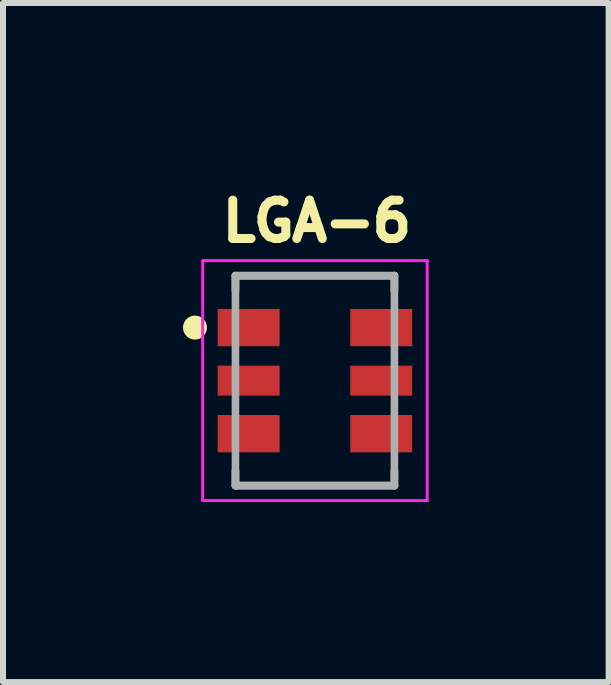
<source format=kicad_pcb>
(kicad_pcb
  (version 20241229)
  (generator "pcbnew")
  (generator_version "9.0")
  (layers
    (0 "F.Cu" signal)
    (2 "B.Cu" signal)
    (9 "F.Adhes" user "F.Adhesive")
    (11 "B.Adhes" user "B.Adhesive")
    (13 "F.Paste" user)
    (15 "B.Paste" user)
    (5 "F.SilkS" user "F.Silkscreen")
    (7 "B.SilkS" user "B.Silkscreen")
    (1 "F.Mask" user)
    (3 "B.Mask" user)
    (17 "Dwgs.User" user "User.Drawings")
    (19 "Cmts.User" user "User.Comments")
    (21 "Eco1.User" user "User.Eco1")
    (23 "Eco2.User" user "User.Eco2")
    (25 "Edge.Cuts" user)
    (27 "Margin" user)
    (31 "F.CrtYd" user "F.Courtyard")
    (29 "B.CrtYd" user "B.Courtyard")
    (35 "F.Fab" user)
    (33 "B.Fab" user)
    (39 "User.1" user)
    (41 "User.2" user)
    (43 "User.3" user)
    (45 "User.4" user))
  (footprint "LGA-6"
    (layer "F.Cu")
    (at 2.2 3.295)
    (property "Reference" "LGA-6" (at 0.032 -2.657 0) (layer "F.SilkS") (effects (font (size 0.64 0.64) (thickness 0.15))))
    (attr smd)
    (fp_line (start -1.325 -1.75) (end -1.325 -1.5) (stroke (width 0.127) (type solid)) (layer "F.SilkS"))
    (fp_line (start -1.325 1.5) (end -1.325 1.75) (stroke (width 0.127) (type solid)) (layer "F.SilkS"))
    (fp_line (start -1.325 1.75) (end 1.325 1.75) (stroke (width 0.127) (type solid)) (layer "F.SilkS"))
    (fp_line (start 1.325 -1.75) (end -1.325 -1.75) (stroke (width 0.127) (type solid)) (layer "F.SilkS"))
    (fp_line (start 1.325 -1.75) (end 1.325 -1.5) (stroke (width 0.127) (type solid)) (layer "F.SilkS"))
    (fp_line (start 1.325 1.75) (end 1.325 1.5) (stroke (width 0.127) (type solid)) (layer "F.SilkS"))
    (fp_circle (center -2 -0.884) (end -1.9 -0.884) (stroke (width 0.2) (type solid)) (fill no) (layer "F.SilkS"))
    (fp_poly (pts (xy -1.367 -1.35) (xy -0.844 -1.35) (xy -0.844 -0.418) (xy -1.367 -0.418)) (stroke (width 0.01) (type solid)) (fill yes) (layer "F.Paste"))
    (fp_poly (pts (xy -1.366 0.418) (xy -0.844 0.418) (xy -0.844 1.35) (xy -1.366 1.35)) (stroke (width 0.01) (type solid)) (fill yes) (layer "F.Paste"))
    (fp_poly (pts (xy -1.305 -0.466) (xy -0.905 -0.466) (xy -0.905 0.466) (xy -1.305 0.466)) (stroke (width 0.01) (type solid)) (fill yes) (layer "F.Paste"))
    (fp_poly (pts (xy 0.845 -1.35) (xy 1.366 -1.35) (xy 1.366 -0.419) (xy 0.845 -0.419)) (stroke (width 0.01) (type solid)) (fill yes) (layer "F.Paste"))
    (fp_poly (pts (xy 0.845 0.418) (xy 1.366 0.418) (xy 1.366 1.352) (xy 0.845 1.352)) (stroke (width 0.01) (type solid)) (fill yes) (layer "F.Paste"))
    (fp_poly (pts (xy 0.906 -0.466) (xy 1.305 -0.466) (xy 1.305 0.466) (xy 0.906 0.466)) (stroke (width 0.01) (type solid)) (fill yes) (layer "F.Paste"))
    (fp_line (start -1.871 -2) (end 1.871 -2) (stroke (width 0.05) (type solid)) (layer "F.CrtYd"))
    (fp_line (start -1.871 2) (end -1.871 -2) (stroke (width 0.05) (type solid)) (layer "F.CrtYd"))
    (fp_line (start 1.871 -2) (end 1.871 2) (stroke (width 0.05) (type solid)) (layer "F.CrtYd"))
    (fp_line (start 1.871 2) (end -1.871 2) (stroke (width 0.05) (type solid)) (layer "F.CrtYd"))
    (fp_line (start -1.325 -1.75) (end 1.325 -1.75) (stroke (width 0.127) (type solid)) (layer "F.Fab"))
    (fp_line (start -1.325 1.75) (end -1.325 -1.75) (stroke (width 0.127) (type solid)) (layer "F.Fab"))
    (fp_line (start 1.325 -1.75) (end 1.325 1.75) (stroke (width 0.127) (type solid)) (layer "F.Fab"))
    (fp_line (start 1.325 1.75) (end -1.325 1.75) (stroke (width 0.127) (type solid)) (layer "F.Fab"))
    (pad "1" smd rect (at -1.105 -0.884 270) (size 0.622 1.032) (layers "F.Cu" "F.Mask"))
    (pad "2" smd rect (at -1.105 0 270) (size 0.5 1.032) (layers "F.Cu" "F.Mask"))
    (pad "3" smd rect (at -1.105 0.884 270) (size 0.622 1.032) (layers "F.Cu" "F.Mask"))
    (pad "4" smd rect (at 1.105 0.884 90) (size 0.622 1.032) (layers "F.Cu" "F.Mask"))
    (pad "5" smd rect (at 1.105 0 90) (size 0.5 1.032) (layers "F.Cu" "F.Mask"))
    (pad "6" smd rect (at 1.105 -0.884 90) (size 0.622 1.032) (layers "F.Cu" "F.Mask")))
  (gr_rect
    (start -3 -3)
    (end 7.096 8.32)
    (stroke (width 0.1) (type default))
    (fill no)
    (layer "Edge.Cuts")))
</source>
